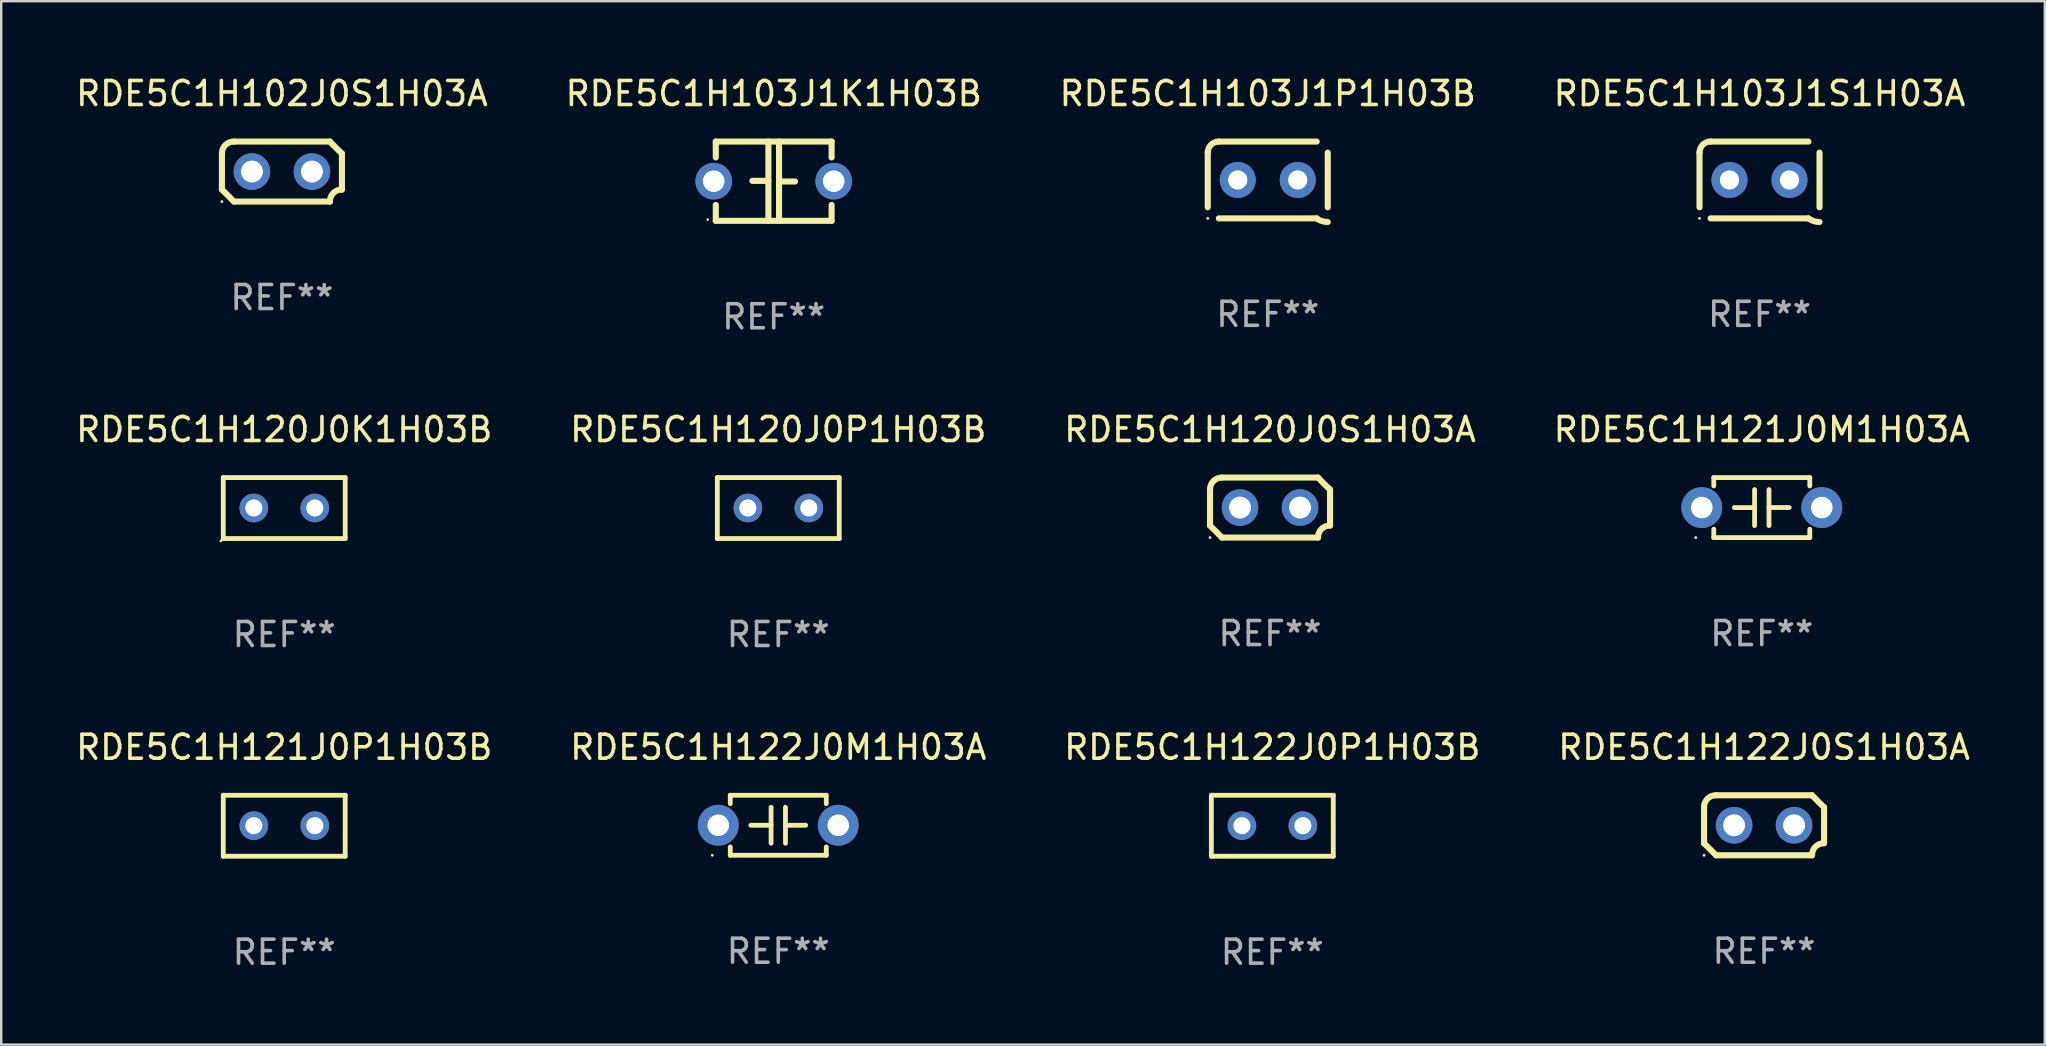
<source format=kicad_pcb>
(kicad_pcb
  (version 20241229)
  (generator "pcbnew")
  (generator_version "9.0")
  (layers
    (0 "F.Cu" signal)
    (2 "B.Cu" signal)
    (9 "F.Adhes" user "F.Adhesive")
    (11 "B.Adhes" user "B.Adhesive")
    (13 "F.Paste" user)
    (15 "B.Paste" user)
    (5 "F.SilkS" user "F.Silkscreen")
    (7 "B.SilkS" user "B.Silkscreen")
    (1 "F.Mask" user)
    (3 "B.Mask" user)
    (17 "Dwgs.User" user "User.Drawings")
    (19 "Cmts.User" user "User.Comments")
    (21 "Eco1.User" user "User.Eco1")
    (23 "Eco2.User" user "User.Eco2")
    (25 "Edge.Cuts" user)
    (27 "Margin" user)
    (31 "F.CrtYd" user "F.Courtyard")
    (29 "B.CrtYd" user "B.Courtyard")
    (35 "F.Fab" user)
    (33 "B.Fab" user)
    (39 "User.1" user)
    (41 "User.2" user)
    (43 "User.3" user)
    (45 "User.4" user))
  (footprint "RDE5C1H103J1P1H03B"
    (layer "F.Cu")
    (at 49.768 4.448)
    (property "Reference" "RDE5C1H103J1P1H03B" (at 0 -3.6 0) (layer "F.SilkS") (effects (font (size 1 1) (thickness 0.15))))
    (attr through_hole)
    (fp_line (start -2.5 1.138) (end -2.5 -1.138) (stroke (width 0.254) (type solid)) (layer "F.SilkS"))
    (fp_line (start -2.038 1.6) (end 2.038 1.6) (stroke (width 0.254) (type solid)) (layer "F.SilkS"))
    (fp_line (start 2.038 -1.6) (end -2.038 -1.6) (stroke (width 0.254) (type solid)) (layer "F.SilkS"))
    (fp_line (start 2.5 -1.138) (end 2.5 1.138) (stroke (width 0.254) (type solid)) (layer "F.SilkS"))
    (fp_arc (start -2.5 -1.137744) (mid -2.364601 -1.464626) (end -2.037719 -1.600025) (stroke (width 0.254001) (type solid)) (layer "F.SilkS"))
    (fp_arc (start -2.5 1.137719) (mid 2.500022 -1.137741) (end -2.5 1.137719) (stroke (width 0.254001) (type solid)) (layer "F.SilkS"))
    (fp_arc (start 2.5 1.751767) (mid 2.256726 1.712861) (end 2.037719 1.600025) (stroke (width 0.254001) (type solid)) (layer "F.SilkS"))
    (fp_circle (center -2.5 1.6) (end -2.47 1.6) (stroke (width 0.06) (type solid)) (fill no) (layer "F.SilkS"))
    (fp_text user "REF**" (at 0 5.6 0) (layer "F.Fab") (effects (font (size 1 1) (thickness 0.15))))
    (pad "1" thru_hole circle (at -1.25 -0.000076) (size 1.5 1.5) (drill 0.8) (layers "*.Cu" "*.Mask"))
    (pad "2" thru_hole circle (at 1.25 -0.000076) (size 1.5 1.5) (drill 0.8) (layers "*.Cu" "*.Mask")))
  (footprint "RDE5C1H120J0S1H03A"
    (layer "F.Cu")
    (at 49.863 18.097)
    (property "Reference" "RDE5C1H120J0S1H03A" (at 0 -3.25 0) (layer "F.SilkS") (effects (font (size 1 1) (thickness 0.15))))
    (attr through_hole)
    (fp_line (start -2.5 -0.75) (end -2.5 0.75) (stroke (width 0.254) (type solid)) (layer "F.SilkS"))
    (fp_line (start -2 -1.25) (end 2 -1.25) (stroke (width 0.254) (type solid)) (layer "F.SilkS"))
    (fp_line (start 2 1.25) (end -2 1.25) (stroke (width 0.254) (type solid)) (layer "F.SilkS"))
    (fp_line (start 2.5 0.75) (end 2.5 -0.75) (stroke (width 0.254) (type solid)) (layer "F.SilkS"))
    (fp_arc (start -2.5 0.749962) (mid -2.249559 0.999558) (end -1.99929 1.249325) (stroke (width 0.254001) (type solid)) (layer "F.SilkS"))
    (fp_arc (start -2.499366 -0.749302) (mid -2.356411 -1.106098) (end -2 -1.250013) (stroke (width 0.254001) (type solid)) (layer "F.SilkS"))
    (fp_arc (start 2 1.250013) (mid 2.142747 0.89301) (end 2.499364 0.749302) (stroke (width 0.254001) (type solid)) (layer "F.SilkS"))
    (fp_arc (start 2.5 -0.749962) (mid 2.245609 -0.995598) (end 1.999289 -1.249327) (stroke (width 0.254001) (type solid)) (layer "F.SilkS"))
    (fp_circle (center -2.5 1.25) (end -2.47 1.25) (stroke (width 0.06) (type solid)) (fill no) (layer "F.SilkS"))
    (fp_text user "REF**" (at 0 5.25 0) (layer "F.Fab") (effects (font (size 1 1) (thickness 0.15))))
    (pad "1" thru_hole circle (at -1.25 0) (size 1.524 1.524) (drill 0.914) (layers "*.Cu" "*.Mask"))
    (pad "2" thru_hole circle (at 1.25 0) (size 1.524 1.524) (drill 0.914) (layers "*.Cu" "*.Mask")))
  (footprint "RDE5C1H103J1K1H03B"
    (layer "F.Cu")
    (at 29.185 4.499)
    (property "Reference" "RDE5C1H103J1K1H03B" (at 0 -3.651 0) (layer "F.SilkS") (effects (font (size 1 1) (thickness 0.15))))
    (attr through_hole)
    (fp_line (start -2.413 -1.651) (end 2.413 -1.651) (stroke (width 0.254) (type solid)) (layer "F.SilkS"))
    (fp_line (start -2.413 -0.989) (end -2.413 -1.651) (stroke (width 0.254) (type solid)) (layer "F.SilkS"))
    (fp_line (start -2.413 1.651) (end -2.413 0.989) (stroke (width 0.254) (type solid)) (layer "F.SilkS"))
    (fp_line (start -0.222 -0.013) (end -0.889 -0.013) (stroke (width 0.254) (type solid)) (layer "F.SilkS"))
    (fp_line (start -0.222 1.651) (end -0.222 -1.651) (stroke (width 0.254) (type solid)) (layer "F.SilkS"))
    (fp_line (start 0.222 -1.651) (end 0.222 1.651) (stroke (width 0.254) (type solid)) (layer "F.SilkS"))
    (fp_line (start 0.222 0.013) (end 0.889 0.013) (stroke (width 0.254) (type solid)) (layer "F.SilkS"))
    (fp_line (start 2.413 -1.651) (end 2.413 -0.989) (stroke (width 0.254) (type solid)) (layer "F.SilkS"))
    (fp_line (start 2.413 0.989) (end 2.413 1.651) (stroke (width 0.254) (type solid)) (layer "F.SilkS"))
    (fp_line (start 2.413 1.651) (end -2.413 1.651) (stroke (width 0.254) (type solid)) (layer "F.SilkS"))
    (fp_circle (center -2.75 1.6) (end -2.72 1.6) (stroke (width 0.06) (type solid)) (fill no) (layer "F.SilkS"))
    (fp_text user "REF**" (at 0 5.651 0) (layer "F.Fab") (effects (font (size 1 1) (thickness 0.15))))
    (pad "1" thru_hole circle (at -2.5 0) (size 1.524 1.524) (drill 0.9) (layers "*.Cu" "*.Mask"))
    (pad "2" thru_hole circle (at 2.5 0) (size 1.524 1.524) (drill 0.9) (layers "*.Cu" "*.Mask")))
  (footprint "RDE5C1H122J0M1H03A"
    (layer "F.Cu")
    (at 29.375 31.333)
    (property "Reference" "RDE5C1H122J0M1H03A" (at 0 -3.25 0) (layer "F.SilkS") (effects (font (size 1 1) (thickness 0.15))))
    (attr through_hole)
    (fp_line (start -2 -1.25) (end -2 -0.901) (stroke (width 0.2) (type solid)) (layer "F.SilkS"))
    (fp_line (start -2 -1.25) (end 2 -1.25) (stroke (width 0.2) (type solid)) (layer "F.SilkS"))
    (fp_line (start -2 0.901) (end -2 1.25) (stroke (width 0.2) (type solid)) (layer "F.SilkS"))
    (fp_line (start -0.3 -0.75) (end -0.3 0.75) (stroke (width 0.2) (type solid)) (layer "F.SilkS"))
    (fp_line (start -0.3 0.001) (end -1.143 0.001) (stroke (width 0.2) (type solid)) (layer "F.SilkS"))
    (fp_line (start 0.3 -0.001) (end 1.143 -0.001) (stroke (width 0.2) (type solid)) (layer "F.SilkS"))
    (fp_line (start 0.3 0.75) (end 0.3 -0.75) (stroke (width 0.2) (type solid)) (layer "F.SilkS"))
    (fp_line (start 2 -1.25) (end 2 -0.901) (stroke (width 0.2) (type solid)) (layer "F.SilkS"))
    (fp_line (start 2 0.901) (end 2 1.25) (stroke (width 0.2) (type solid)) (layer "F.SilkS"))
    (fp_line (start 2 1.25) (end -2 1.25) (stroke (width 0.2) (type solid)) (layer "F.SilkS"))
    (fp_circle (center -2.75 1.25) (end -2.72 1.25) (stroke (width 0.06) (type solid)) (fill no) (layer "F.SilkS"))
    (fp_text user "REF**" (at 0 5.25 0) (layer "F.Fab") (effects (font (size 1 1) (thickness 0.15))))
    (pad "1" thru_hole circle (at -2.5 0) (size 1.7 1.7) (drill 0.9) (layers "*.Cu" "*.Mask"))
    (pad "2" thru_hole circle (at 2.5 0) (size 1.7 1.7) (drill 0.9) (layers "*.Cu" "*.Mask")))
  (footprint "RDE5C1H120J0K1H03B"
    (layer "F.Cu")
    (at 8.792 18.117)
    (property "Reference" "RDE5C1H120J0K1H03B" (at 0 -3.27 0) (layer "F.SilkS") (effects (font (size 1 1) (thickness 0.15))))
    (attr through_hole)
    (fp_line (start -2.54 -1.27) (end -2.54 1.27) (stroke (width 0.201) (type solid)) (layer "F.SilkS"))
    (fp_line (start -2.54 1.27) (end 2.54 1.27) (stroke (width 0.201) (type solid)) (layer "F.SilkS"))
    (fp_line (start 2.54 -1.27) (end -2.54 -1.27) (stroke (width 0.201) (type solid)) (layer "F.SilkS"))
    (fp_line (start 2.54 1.27) (end 2.54 -1.27) (stroke (width 0.201) (type solid)) (layer "F.SilkS"))
    (fp_circle (center -2.64 1.37) (end -2.61 1.37) (stroke (width 0.06) (type solid)) (fill no) (layer "F.SilkS"))
    (fp_text user "REF**" (at 0 5.27 0) (layer "F.Fab") (effects (font (size 1 1) (thickness 0.15))))
    (pad "1" thru_hole circle (at -1.267 -0.003) (size 1.194 1.194) (drill 0.711) (layers "*.Cu" "*.Mask"))
    (pad "2" thru_hole circle (at 1.273 -0.003) (size 1.194 1.194) (drill 0.711) (layers "*.Cu" "*.Mask")))
  (footprint "RDE5C1H122J0P1H03B"
    (layer "F.Cu")
    (at 49.958 31.353)
    (property "Reference" "RDE5C1H122J0P1H03B" (at 0 -3.27 0) (layer "F.SilkS") (effects (font (size 1 1) (thickness 0.15))))
    (attr through_hole)
    (fp_line (start -2.54 -1.27) (end -2.54 1.27) (stroke (width 0.201) (type solid)) (layer "F.SilkS"))
    (fp_line (start -2.54 1.27) (end 2.54 1.27) (stroke (width 0.201) (type solid)) (layer "F.SilkS"))
    (fp_line (start 2.54 -1.27) (end -2.54 -1.27) (stroke (width 0.201) (type solid)) (layer "F.SilkS"))
    (fp_line (start 2.54 1.27) (end 2.54 -1.27) (stroke (width 0.201) (type solid)) (layer "F.SilkS"))
    (fp_circle (center -2.497 1.247) (end -2.467 1.247) (stroke (width 0.06) (type solid)) (fill no) (layer "F.SilkS"))
    (fp_text user "REF**" (at 0 5.27 0) (layer "F.Fab") (effects (font (size 1 1) (thickness 0.15))))
    (pad "1" thru_hole circle (at -1.267 -0.003) (size 1.194 1.194) (drill 0.711) (layers "*.Cu" "*.Mask"))
    (pad "2" thru_hole circle (at 1.273 -0.003) (size 1.194 1.194) (drill 0.711) (layers "*.Cu" "*.Mask")))
  (footprint "RDE5C1H121J0P1H03B"
    (layer "F.Cu")
    (at 8.792 31.353)
    (property "Reference" "RDE5C1H121J0P1H03B" (at 0 -3.27 0) (layer "F.SilkS") (effects (font (size 1 1) (thickness 0.15))))
    (attr through_hole)
    (fp_line (start -2.54 -1.27) (end -2.54 1.27) (stroke (width 0.201) (type solid)) (layer "F.SilkS"))
    (fp_line (start -2.54 1.27) (end 2.54 1.27) (stroke (width 0.201) (type solid)) (layer "F.SilkS"))
    (fp_line (start 2.54 -1.27) (end -2.54 -1.27) (stroke (width 0.201) (type solid)) (layer "F.SilkS"))
    (fp_line (start 2.54 1.27) (end 2.54 -1.27) (stroke (width 0.201) (type solid)) (layer "F.SilkS"))
    (fp_circle (center -2.497 1.247) (end -2.467 1.247) (stroke (width 0.06) (type solid)) (fill no) (layer "F.SilkS"))
    (fp_text user "REF**" (at 0 5.27 0) (layer "F.Fab") (effects (font (size 1 1) (thickness 0.15))))
    (pad "1" thru_hole circle (at -1.267 -0.003) (size 1.194 1.194) (drill 0.711) (layers "*.Cu" "*.Mask"))
    (pad "2" thru_hole circle (at 1.273 -0.003) (size 1.194 1.194) (drill 0.711) (layers "*.Cu" "*.Mask")))
  (footprint "RDE5C1H102J0S1H03A"
    (layer "F.Cu")
    (at 8.696 4.098)
    (property "Reference" "RDE5C1H102J0S1H03A" (at 0 -3.25 0) (layer "F.SilkS") (effects (font (size 1 1) (thickness 0.15))))
    (attr through_hole)
    (fp_line (start -2.5 -0.75) (end -2.5 0.75) (stroke (width 0.254) (type solid)) (layer "F.SilkS"))
    (fp_line (start -2 -1.25) (end 2 -1.25) (stroke (width 0.254) (type solid)) (layer "F.SilkS"))
    (fp_line (start 2 1.25) (end -2 1.25) (stroke (width 0.254) (type solid)) (layer "F.SilkS"))
    (fp_line (start 2.5 0.75) (end 2.5 -0.75) (stroke (width 0.254) (type solid)) (layer "F.SilkS"))
    (fp_arc (start -2.5 0.749962) (mid -2.249559 0.999558) (end -1.99929 1.249325) (stroke (width 0.254001) (type solid)) (layer "F.SilkS"))
    (fp_arc (start -2.499366 -0.749302) (mid -2.356411 -1.106098) (end -2 -1.250013) (stroke (width 0.254001) (type solid)) (layer "F.SilkS"))
    (fp_arc (start 2 1.250013) (mid 2.142747 0.89301) (end 2.499364 0.749302) (stroke (width 0.254001) (type solid)) (layer "F.SilkS"))
    (fp_arc (start 2.5 -0.749962) (mid 2.245609 -0.995598) (end 1.999289 -1.249327) (stroke (width 0.254001) (type solid)) (layer "F.SilkS"))
    (fp_circle (center -2.5 1.25) (end -2.47 1.25) (stroke (width 0.06) (type solid)) (fill no) (layer "F.SilkS"))
    (fp_text user "REF**" (at 0 5.25 0) (layer "F.Fab") (effects (font (size 1 1) (thickness 0.15))))
    (pad "1" thru_hole circle (at -1.25 0) (size 1.524 1.524) (drill 0.914) (layers "*.Cu" "*.Mask"))
    (pad "2" thru_hole circle (at 1.25 0) (size 1.524 1.524) (drill 0.914) (layers "*.Cu" "*.Mask")))
  (footprint "RDE5C1H122J0S1H03A"
    (layer "F.Cu")
    (at 70.446 31.333)
    (property "Reference" "RDE5C1H122J0S1H03A" (at 0 -3.25 0) (layer "F.SilkS") (effects (font (size 1 1) (thickness 0.15))))
    (attr through_hole)
    (fp_line (start -2.5 -0.75) (end -2.5 0.75) (stroke (width 0.254) (type solid)) (layer "F.SilkS"))
    (fp_line (start -2 -1.25) (end 2 -1.25) (stroke (width 0.254) (type solid)) (layer "F.SilkS"))
    (fp_line (start 2 1.25) (end -2 1.25) (stroke (width 0.254) (type solid)) (layer "F.SilkS"))
    (fp_line (start 2.5 0.75) (end 2.5 -0.75) (stroke (width 0.254) (type solid)) (layer "F.SilkS"))
    (fp_arc (start -2.5 0.749962) (mid -2.249559 0.999558) (end -1.99929 1.249325) (stroke (width 0.254001) (type solid)) (layer "F.SilkS"))
    (fp_arc (start -2.499366 -0.749302) (mid -2.356411 -1.106098) (end -2 -1.250013) (stroke (width 0.254001) (type solid)) (layer "F.SilkS"))
    (fp_arc (start 2 1.250013) (mid 2.142747 0.89301) (end 2.499364 0.749302) (stroke (width 0.254001) (type solid)) (layer "F.SilkS"))
    (fp_arc (start 2.5 -0.749962) (mid 2.245609 -0.995598) (end 1.999289 -1.249327) (stroke (width 0.254001) (type solid)) (layer "F.SilkS"))
    (fp_circle (center -2.5 1.25) (end -2.47 1.25) (stroke (width 0.06) (type solid)) (fill no) (layer "F.SilkS"))
    (fp_text user "REF**" (at 0 5.25 0) (layer "F.Fab") (effects (font (size 1 1) (thickness 0.15))))
    (pad "1" thru_hole circle (at -1.25 0) (size 1.524 1.524) (drill 0.914) (layers "*.Cu" "*.Mask"))
    (pad "2" thru_hole circle (at 1.25 0) (size 1.524 1.524) (drill 0.914) (layers "*.Cu" "*.Mask")))
  (footprint "RDE5C1H121J0M1H03A"
    (layer "F.Cu")
    (at 70.351 18.097)
    (property "Reference" "RDE5C1H121J0M1H03A" (at 0 -3.25 0) (layer "F.SilkS") (effects (font (size 1 1) (thickness 0.15))))
    (attr through_hole)
    (fp_line (start -2 -1.25) (end -2 -0.901) (stroke (width 0.2) (type solid)) (layer "F.SilkS"))
    (fp_line (start -2 -1.25) (end 2 -1.25) (stroke (width 0.2) (type solid)) (layer "F.SilkS"))
    (fp_line (start -2 0.901) (end -2 1.25) (stroke (width 0.2) (type solid)) (layer "F.SilkS"))
    (fp_line (start -0.3 -0.75) (end -0.3 0.75) (stroke (width 0.2) (type solid)) (layer "F.SilkS"))
    (fp_line (start -0.3 0.001) (end -1.143 0.001) (stroke (width 0.2) (type solid)) (layer "F.SilkS"))
    (fp_line (start 0.3 -0.001) (end 1.143 -0.001) (stroke (width 0.2) (type solid)) (layer "F.SilkS"))
    (fp_line (start 0.3 0.75) (end 0.3 -0.75) (stroke (width 0.2) (type solid)) (layer "F.SilkS"))
    (fp_line (start 2 -1.25) (end 2 -0.901) (stroke (width 0.2) (type solid)) (layer "F.SilkS"))
    (fp_line (start 2 0.901) (end 2 1.25) (stroke (width 0.2) (type solid)) (layer "F.SilkS"))
    (fp_line (start 2 1.25) (end -2 1.25) (stroke (width 0.2) (type solid)) (layer "F.SilkS"))
    (fp_circle (center -2.75 1.25) (end -2.72 1.25) (stroke (width 0.06) (type solid)) (fill no) (layer "F.SilkS"))
    (fp_text user "REF**" (at 0 5.25 0) (layer "F.Fab") (effects (font (size 1 1) (thickness 0.15))))
    (pad "1" thru_hole circle (at -2.5 0) (size 1.7 1.7) (drill 0.9) (layers "*.Cu" "*.Mask"))
    (pad "2" thru_hole circle (at 2.5 0) (size 1.7 1.7) (drill 0.9) (layers "*.Cu" "*.Mask")))
  (footprint "RDE5C1H103J1S1H03A"
    (layer "F.Cu")
    (at 70.256 4.448)
    (property "Reference" "RDE5C1H103J1S1H03A" (at 0 -3.6 0) (layer "F.SilkS") (effects (font (size 1 1) (thickness 0.15))))
    (attr through_hole)
    (fp_line (start -2.5 1.138) (end -2.5 -1.138) (stroke (width 0.254) (type solid)) (layer "F.SilkS"))
    (fp_line (start -2.038 1.6) (end 2.038 1.6) (stroke (width 0.254) (type solid)) (layer "F.SilkS"))
    (fp_line (start 2.038 -1.6) (end -2.038 -1.6) (stroke (width 0.254) (type solid)) (layer "F.SilkS"))
    (fp_line (start 2.5 -1.138) (end 2.5 1.138) (stroke (width 0.254) (type solid)) (layer "F.SilkS"))
    (fp_arc (start -2.5 -1.137744) (mid -2.364601 -1.464626) (end -2.037719 -1.600025) (stroke (width 0.254001) (type solid)) (layer "F.SilkS"))
    (fp_arc (start -2.5 1.137719) (mid 2.500022 -1.137741) (end -2.5 1.137719) (stroke (width 0.254001) (type solid)) (layer "F.SilkS"))
    (fp_arc (start 2.5 1.751767) (mid 2.256726 1.712861) (end 2.037719 1.600025) (stroke (width 0.254001) (type solid)) (layer "F.SilkS"))
    (fp_circle (center -2.5 1.6) (end -2.47 1.6) (stroke (width 0.06) (type solid)) (fill no) (layer "F.SilkS"))
    (fp_text user "REF**" (at 0 5.6 0) (layer "F.Fab") (effects (font (size 1 1) (thickness 0.15))))
    (pad "1" thru_hole circle (at -1.25 -0.000076) (size 1.5 1.5) (drill 0.8) (layers "*.Cu" "*.Mask"))
    (pad "2" thru_hole circle (at 1.25 -0.000076) (size 1.5 1.5) (drill 0.8) (layers "*.Cu" "*.Mask")))
  (footprint "RDE5C1H120J0P1H03B"
    (layer "F.Cu")
    (at 29.375 18.117)
    (property "Reference" "RDE5C1H120J0P1H03B" (at 0 -3.27 0) (layer "F.SilkS") (effects (font (size 1 1) (thickness 0.15))))
    (attr through_hole)
    (fp_line (start -2.54 -1.27) (end -2.54 1.27) (stroke (width 0.201) (type solid)) (layer "F.SilkS"))
    (fp_line (start -2.54 1.27) (end 2.54 1.27) (stroke (width 0.201) (type solid)) (layer "F.SilkS"))
    (fp_line (start 2.54 -1.27) (end -2.54 -1.27) (stroke (width 0.201) (type solid)) (layer "F.SilkS"))
    (fp_line (start 2.54 1.27) (end 2.54 -1.27) (stroke (width 0.201) (type solid)) (layer "F.SilkS"))
    (fp_circle (center -2.497 1.247) (end -2.467 1.247) (stroke (width 0.06) (type solid)) (fill no) (layer "F.SilkS"))
    (fp_text user "REF**" (at 0 5.27 0) (layer "F.Fab") (effects (font (size 1 1) (thickness 0.15))))
    (pad "1" thru_hole circle (at -1.267 -0.003) (size 1.194 1.194) (drill 0.711) (layers "*.Cu" "*.Mask"))
    (pad "2" thru_hole circle (at 1.273 -0.003) (size 1.194 1.194) (drill 0.711) (layers "*.Cu" "*.Mask")))
  (gr_rect
    (start -3 -3)
    (end 82.143 40.472)
    (stroke (width 0.1) (type default))
    (fill no)
    (layer "Edge.Cuts")))
</source>
